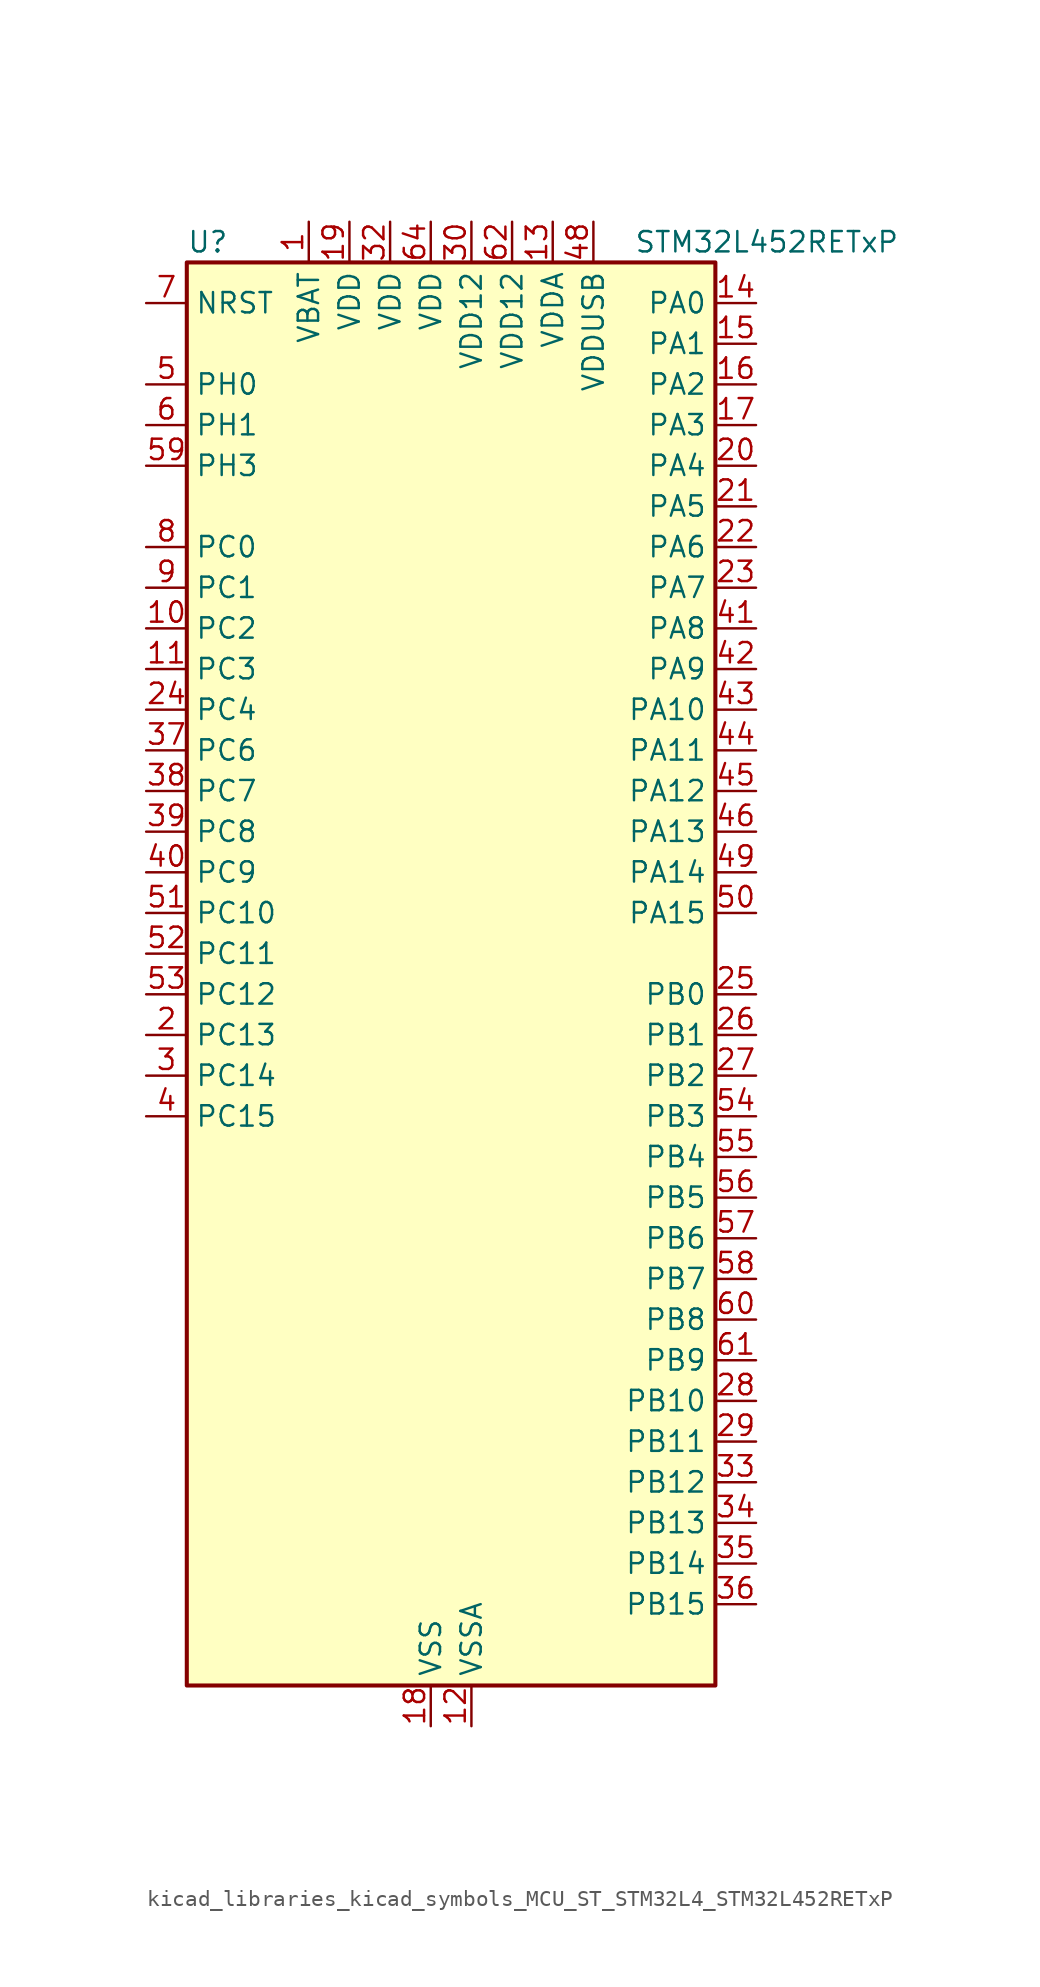
<source format=kicad_sym>
(kicad_symbol_lib
  (version 20220914)
  (generator kicad_symbol_editor)
  (symbol "kicad_libraries_kicad_symbols_MCU_ST_STM32L4_STM32L452RETxP"
    (property "Reference" "U"
      (at -15.24 46.99 0)
      (effects (font (size 1.27 1.27)) (justify left)))
    (property "Value" "STM32L452RETxP"
      (at 12.7 46.99 0)
      (effects (font (size 1.27 1.27)) (justify left)))
    (property "ki_locked" ""
      (at 0 0 0)
      (effects (font (size 1.27 1.27))))
    (symbol "kicad_libraries_kicad_symbols_MCU_ST_STM32L4_STM32L452RETxP_0_1"
      (rectangle (start -15.24 -43.18) (end 17.78 45.72) (stroke (width 0.254) (type default)) (fill (type background))))
    (symbol "kicad_libraries_kicad_symbols_MCU_ST_STM32L4_STM32L452RETxP_1_1"
      (pin power_in line (at -7.62 48.26 270) (length 2.54) (name "VBAT" (effects (font (size 1.27 1.27)))) (number "1" (effects (font (size 1.27 1.27)))))
      (pin bidirectional line (at -17.78 22.86 0) (length 2.54) (name "PC2" (effects (font (size 1.27 1.27)))) (number "10" (effects (font (size 1.27 1.27)))) (alternate "ADC1_IN3" bidirectional line) (alternate "DFSDM1_CKOUT" bidirectional line) (alternate "LPTIM1_IN2" bidirectional line) (alternate "SPI2_MISO" bidirectional line))
      (pin bidirectional line (at -17.78 20.32 0) (length 2.54) (name "PC3" (effects (font (size 1.27 1.27)))) (number "11" (effects (font (size 1.27 1.27)))) (alternate "ADC1_IN4" bidirectional line) (alternate "LPTIM1_ETR" bidirectional line) (alternate "LPTIM2_ETR" bidirectional line) (alternate "SAI1_SD_A" bidirectional line) (alternate "SPI2_MOSI" bidirectional line))
      (pin power_in line (at 2.54 -45.72 90) (length 2.54) (name "VSSA" (effects (font (size 1.27 1.27)))) (number "12" (effects (font (size 1.27 1.27)))))
      (pin power_in line (at 7.62 48.26 270) (length 2.54) (name "VDDA" (effects (font (size 1.27 1.27)))) (number "13" (effects (font (size 1.27 1.27)))))
      (pin bidirectional line (at 20.32 43.18 180) (length 2.54) (name "PA0" (effects (font (size 1.27 1.27)))) (number "14" (effects (font (size 1.27 1.27)))) (alternate "ADC1_IN5" bidirectional line) (alternate "COMP1_INM" bidirectional line) (alternate "COMP1_OUT" bidirectional line) (alternate "OPAMP1_VINP" bidirectional line) (alternate "RTC_TAMP2" bidirectional line) (alternate "SAI1_EXTCLK" bidirectional line) (alternate "SYS_WKUP1" bidirectional line) (alternate "TIM2_CH1" bidirectional line) (alternate "TIM2_ETR" bidirectional line) (alternate "UART4_TX" bidirectional line) (alternate "USART2_CTS" bidirectional line))
      (pin bidirectional line (at 20.32 40.64 180) (length 2.54) (name "PA1" (effects (font (size 1.27 1.27)))) (number "15" (effects (font (size 1.27 1.27)))) (alternate "ADC1_IN6" bidirectional line) (alternate "COMP1_INP" bidirectional line) (alternate "I2C1_SMBA" bidirectional line) (alternate "OPAMP1_VINM" bidirectional line) (alternate "SPI1_SCK" bidirectional line) (alternate "TIM15_CH1N" bidirectional line) (alternate "TIM2_CH2" bidirectional line) (alternate "UART4_RX" bidirectional line) (alternate "USART2_DE" bidirectional line) (alternate "USART2_RTS" bidirectional line))
      (pin bidirectional line (at 20.32 38.1 180) (length 2.54) (name "PA2" (effects (font (size 1.27 1.27)))) (number "16" (effects (font (size 1.27 1.27)))) (alternate "ADC1_IN7" bidirectional line) (alternate "COMP2_INM" bidirectional line) (alternate "COMP2_OUT" bidirectional line) (alternate "LPUART1_TX" bidirectional line) (alternate "QUADSPI_BK1_NCS" bidirectional line) (alternate "RCC_LSCO" bidirectional line) (alternate "SYS_WKUP4" bidirectional line) (alternate "TIM15_CH1" bidirectional line) (alternate "TIM2_CH3" bidirectional line) (alternate "USART2_TX" bidirectional line))
      (pin bidirectional line (at 20.32 35.56 180) (length 2.54) (name "PA3" (effects (font (size 1.27 1.27)))) (number "17" (effects (font (size 1.27 1.27)))) (alternate "ADC1_IN8" bidirectional line) (alternate "COMP2_INP" bidirectional line) (alternate "LPUART1_RX" bidirectional line) (alternate "OPAMP1_VOUT" bidirectional line) (alternate "QUADSPI_CLK" bidirectional line) (alternate "SAI1_MCLK_A" bidirectional line) (alternate "TIM15_CH2" bidirectional line) (alternate "TIM2_CH4" bidirectional line) (alternate "USART2_RX" bidirectional line))
      (pin power_in line (at 0 -45.72 90) (length 2.54) (name "VSS" (effects (font (size 1.27 1.27)))) (number "18" (effects (font (size 1.27 1.27)))))
      (pin power_in line (at -5.08 48.26 270) (length 2.54) (name "VDD" (effects (font (size 1.27 1.27)))) (number "19" (effects (font (size 1.27 1.27)))))
      (pin bidirectional line (at -17.78 -2.54 0) (length 2.54) (name "PC13" (effects (font (size 1.27 1.27)))) (number "2" (effects (font (size 1.27 1.27)))) (alternate "RTC_OUT_ALARM" bidirectional line) (alternate "RTC_OUT_CALIB" bidirectional line) (alternate "RTC_TAMP1" bidirectional line) (alternate "RTC_TS" bidirectional line) (alternate "SYS_WKUP2" bidirectional line))
      (pin bidirectional line (at 20.32 33.02 180) (length 2.54) (name "PA4" (effects (font (size 1.27 1.27)))) (number "20" (effects (font (size 1.27 1.27)))) (alternate "ADC1_IN9" bidirectional line) (alternate "COMP1_INM" bidirectional line) (alternate "COMP2_INM" bidirectional line) (alternate "DAC1_OUT1" bidirectional line) (alternate "LPTIM2_OUT" bidirectional line) (alternate "SAI1_FS_B" bidirectional line) (alternate "SPI1_NSS" bidirectional line) (alternate "SPI3_NSS" bidirectional line) (alternate "USART2_CK" bidirectional line))
      (pin bidirectional line (at 20.32 30.48 180) (length 2.54) (name "PA5" (effects (font (size 1.27 1.27)))) (number "21" (effects (font (size 1.27 1.27)))) (alternate "ADC1_IN10" bidirectional line) (alternate "COMP1_INM" bidirectional line) (alternate "COMP2_INM" bidirectional line) (alternate "DFSDM1_CKOUT" bidirectional line) (alternate "LPTIM2_ETR" bidirectional line) (alternate "SPI1_SCK" bidirectional line) (alternate "TIM2_CH1" bidirectional line) (alternate "TIM2_ETR" bidirectional line))
      (pin bidirectional line (at 20.32 27.94 180) (length 2.54) (name "PA6" (effects (font (size 1.27 1.27)))) (number "22" (effects (font (size 1.27 1.27)))) (alternate "ADC1_IN11" bidirectional line) (alternate "COMP1_OUT" bidirectional line) (alternate "LPUART1_CTS" bidirectional line) (alternate "QUADSPI_BK1_IO3" bidirectional line) (alternate "SPI1_MISO" bidirectional line) (alternate "TIM16_CH1" bidirectional line) (alternate "TIM1_BKIN" bidirectional line) (alternate "TIM1_BKIN_COMP2" bidirectional line) (alternate "TIM3_CH1" bidirectional line) (alternate "USART3_CTS" bidirectional line))
      (pin bidirectional line (at 20.32 25.4 180) (length 2.54) (name "PA7" (effects (font (size 1.27 1.27)))) (number "23" (effects (font (size 1.27 1.27)))) (alternate "ADC1_IN12" bidirectional line) (alternate "COMP2_OUT" bidirectional line) (alternate "DFSDM1_DATIN0" bidirectional line) (alternate "I2C3_SCL" bidirectional line) (alternate "QUADSPI_BK1_IO2" bidirectional line) (alternate "SPI1_MOSI" bidirectional line) (alternate "TIM1_CH1N" bidirectional line) (alternate "TIM3_CH2" bidirectional line))
      (pin bidirectional line (at -17.78 17.78 0) (length 2.54) (name "PC4" (effects (font (size 1.27 1.27)))) (number "24" (effects (font (size 1.27 1.27)))) (alternate "ADC1_IN13" bidirectional line) (alternate "COMP1_INM" bidirectional line) (alternate "USART3_TX" bidirectional line))
      (pin bidirectional line (at 20.32 0 180) (length 2.54) (name "PB0" (effects (font (size 1.27 1.27)))) (number "25" (effects (font (size 1.27 1.27)))) (alternate "ADC1_IN15" bidirectional line) (alternate "COMP1_OUT" bidirectional line) (alternate "DFSDM1_CKIN0" bidirectional line) (alternate "QUADSPI_BK1_IO1" bidirectional line) (alternate "SAI1_EXTCLK" bidirectional line) (alternate "SPI1_NSS" bidirectional line) (alternate "TIM1_CH2N" bidirectional line) (alternate "TIM3_CH3" bidirectional line) (alternate "USART3_CK" bidirectional line))
      (pin bidirectional line (at 20.32 -2.54 180) (length 2.54) (name "PB1" (effects (font (size 1.27 1.27)))) (number "26" (effects (font (size 1.27 1.27)))) (alternate "ADC1_IN16" bidirectional line) (alternate "COMP1_INM" bidirectional line) (alternate "DFSDM1_DATIN0" bidirectional line) (alternate "LPTIM2_IN1" bidirectional line) (alternate "LPUART1_DE" bidirectional line) (alternate "LPUART1_RTS" bidirectional line) (alternate "QUADSPI_BK1_IO0" bidirectional line) (alternate "TIM1_CH3N" bidirectional line) (alternate "TIM3_CH4" bidirectional line) (alternate "USART3_DE" bidirectional line) (alternate "USART3_RTS" bidirectional line))
      (pin bidirectional line (at 20.32 -5.08 180) (length 2.54) (name "PB2" (effects (font (size 1.27 1.27)))) (number "27" (effects (font (size 1.27 1.27)))) (alternate "COMP1_INP" bidirectional line) (alternate "DFSDM1_CKIN0" bidirectional line) (alternate "I2C3_SMBA" bidirectional line) (alternate "LPTIM1_OUT" bidirectional line) (alternate "RTC_OUT_ALARM" bidirectional line) (alternate "RTC_OUT_CALIB" bidirectional line))
      (pin bidirectional line (at 20.32 -25.4 180) (length 2.54) (name "PB10" (effects (font (size 1.27 1.27)))) (number "28" (effects (font (size 1.27 1.27)))) (alternate "COMP1_OUT" bidirectional line) (alternate "I2C2_SCL" bidirectional line) (alternate "I2C4_SCL" bidirectional line) (alternate "LPUART1_RX" bidirectional line) (alternate "QUADSPI_CLK" bidirectional line) (alternate "SAI1_SCK_A" bidirectional line) (alternate "SPI2_SCK" bidirectional line) (alternate "TIM2_CH3" bidirectional line) (alternate "TSC_SYNC" bidirectional line) (alternate "USART3_TX" bidirectional line))
      (pin bidirectional line (at 20.32 -27.94 180) (length 2.54) (name "PB11" (effects (font (size 1.27 1.27)))) (number "29" (effects (font (size 1.27 1.27)))) (alternate "ADC1_EXTI11" bidirectional line) (alternate "COMP2_OUT" bidirectional line) (alternate "I2C2_SDA" bidirectional line) (alternate "I2C4_SDA" bidirectional line) (alternate "LPUART1_TX" bidirectional line) (alternate "QUADSPI_BK1_NCS" bidirectional line) (alternate "TIM2_CH4" bidirectional line) (alternate "USART3_RX" bidirectional line))
      (pin bidirectional line (at -17.78 -5.08 0) (length 2.54) (name "PC14" (effects (font (size 1.27 1.27)))) (number "3" (effects (font (size 1.27 1.27)))) (alternate "RCC_OSC32_IN" bidirectional line))
      (pin power_in line (at 2.54 48.26 270) (length 2.54) (name "VDD12" (effects (font (size 1.27 1.27)))) (number "30" (effects (font (size 1.27 1.27)))))
      (pin passive line (at 0 -45.72 90) (length 2.54) hide (name "VSS" (effects (font (size 1.27 1.27)))) (number "31" (effects (font (size 1.27 1.27)))))
      (pin power_in line (at -2.54 48.26 270) (length 2.54) (name "VDD" (effects (font (size 1.27 1.27)))) (number "32" (effects (font (size 1.27 1.27)))))
      (pin bidirectional line (at 20.32 -30.48 180) (length 2.54) (name "PB12" (effects (font (size 1.27 1.27)))) (number "33" (effects (font (size 1.27 1.27)))) (alternate "CAN1_RX" bidirectional line) (alternate "DFSDM1_DATIN1" bidirectional line) (alternate "I2C2_SMBA" bidirectional line) (alternate "LPUART1_DE" bidirectional line) (alternate "LPUART1_RTS" bidirectional line) (alternate "SAI1_FS_A" bidirectional line) (alternate "SPI2_NSS" bidirectional line) (alternate "TIM15_BKIN" bidirectional line) (alternate "TIM1_BKIN" bidirectional line) (alternate "TIM1_BKIN_COMP2" bidirectional line) (alternate "TSC_G1_IO1" bidirectional line) (alternate "USART3_CK" bidirectional line))
      (pin bidirectional line (at 20.32 -33.02 180) (length 2.54) (name "PB13" (effects (font (size 1.27 1.27)))) (number "34" (effects (font (size 1.27 1.27)))) (alternate "CAN1_TX" bidirectional line) (alternate "DFSDM1_CKIN1" bidirectional line) (alternate "I2C2_SCL" bidirectional line) (alternate "LPUART1_CTS" bidirectional line) (alternate "SAI1_SCK_A" bidirectional line) (alternate "SPI2_SCK" bidirectional line) (alternate "TIM15_CH1N" bidirectional line) (alternate "TIM1_CH1N" bidirectional line) (alternate "TSC_G1_IO2" bidirectional line) (alternate "USART3_CTS" bidirectional line))
      (pin bidirectional line (at 20.32 -35.56 180) (length 2.54) (name "PB14" (effects (font (size 1.27 1.27)))) (number "35" (effects (font (size 1.27 1.27)))) (alternate "DFSDM1_DATIN2" bidirectional line) (alternate "I2C2_SDA" bidirectional line) (alternate "SAI1_MCLK_A" bidirectional line) (alternate "SPI2_MISO" bidirectional line) (alternate "TIM15_CH1" bidirectional line) (alternate "TIM1_CH2N" bidirectional line) (alternate "TSC_G1_IO3" bidirectional line) (alternate "USART3_DE" bidirectional line) (alternate "USART3_RTS" bidirectional line))
      (pin bidirectional line (at 20.32 -38.1 180) (length 2.54) (name "PB15" (effects (font (size 1.27 1.27)))) (number "36" (effects (font (size 1.27 1.27)))) (alternate "ADC1_EXTI15" bidirectional line) (alternate "DFSDM1_CKIN2" bidirectional line) (alternate "RTC_REFIN" bidirectional line) (alternate "SAI1_SD_A" bidirectional line) (alternate "SPI2_MOSI" bidirectional line) (alternate "TIM15_CH2" bidirectional line) (alternate "TIM1_CH3N" bidirectional line) (alternate "TSC_G1_IO4" bidirectional line))
      (pin bidirectional line (at -17.78 15.24 0) (length 2.54) (name "PC6" (effects (font (size 1.27 1.27)))) (number "37" (effects (font (size 1.27 1.27)))) (alternate "DFSDM1_CKIN3" bidirectional line) (alternate "TIM3_CH1" bidirectional line) (alternate "TSC_G4_IO1" bidirectional line))
      (pin bidirectional line (at -17.78 12.7 0) (length 2.54) (name "PC7" (effects (font (size 1.27 1.27)))) (number "38" (effects (font (size 1.27 1.27)))) (alternate "DFSDM1_DATIN3" bidirectional line) (alternate "TIM3_CH2" bidirectional line) (alternate "TSC_G4_IO2" bidirectional line))
      (pin bidirectional line (at -17.78 10.16 0) (length 2.54) (name "PC8" (effects (font (size 1.27 1.27)))) (number "39" (effects (font (size 1.27 1.27)))) (alternate "TIM3_CH3" bidirectional line) (alternate "TSC_G4_IO3" bidirectional line))
      (pin bidirectional line (at -17.78 -7.62 0) (length 2.54) (name "PC15" (effects (font (size 1.27 1.27)))) (number "4" (effects (font (size 1.27 1.27)))) (alternate "ADC1_EXTI15" bidirectional line) (alternate "RCC_OSC32_OUT" bidirectional line))
      (pin bidirectional line (at -17.78 7.62 0) (length 2.54) (name "PC9" (effects (font (size 1.27 1.27)))) (number "40" (effects (font (size 1.27 1.27)))) (alternate "DAC1_EXTI9" bidirectional line) (alternate "TIM3_CH4" bidirectional line) (alternate "TSC_G4_IO4" bidirectional line) (alternate "USB_NOE" bidirectional line))
      (pin bidirectional line (at 20.32 22.86 180) (length 2.54) (name "PA8" (effects (font (size 1.27 1.27)))) (number "41" (effects (font (size 1.27 1.27)))) (alternate "DFSDM1_CKIN1" bidirectional line) (alternate "LPTIM2_OUT" bidirectional line) (alternate "RCC_MCO" bidirectional line) (alternate "SAI1_SCK_A" bidirectional line) (alternate "TIM1_CH1" bidirectional line) (alternate "USART1_CK" bidirectional line))
      (pin bidirectional line (at 20.32 20.32 180) (length 2.54) (name "PA9" (effects (font (size 1.27 1.27)))) (number "42" (effects (font (size 1.27 1.27)))) (alternate "DAC1_EXTI9" bidirectional line) (alternate "DFSDM1_DATIN1" bidirectional line) (alternate "I2C1_SCL" bidirectional line) (alternate "SAI1_FS_A" bidirectional line) (alternate "TIM15_BKIN" bidirectional line) (alternate "TIM1_CH2" bidirectional line) (alternate "USART1_TX" bidirectional line))
      (pin bidirectional line (at 20.32 17.78 180) (length 2.54) (name "PA10" (effects (font (size 1.27 1.27)))) (number "43" (effects (font (size 1.27 1.27)))) (alternate "CRS_SYNC" bidirectional line) (alternate "I2C1_SDA" bidirectional line) (alternate "SAI1_SD_A" bidirectional line) (alternate "TIM1_CH3" bidirectional line) (alternate "USART1_RX" bidirectional line))
      (pin bidirectional line (at 20.32 15.24 180) (length 2.54) (name "PA11" (effects (font (size 1.27 1.27)))) (number "44" (effects (font (size 1.27 1.27)))) (alternate "ADC1_EXTI11" bidirectional line) (alternate "CAN1_RX" bidirectional line) (alternate "COMP1_OUT" bidirectional line) (alternate "SPI1_MISO" bidirectional line) (alternate "TIM1_BKIN2" bidirectional line) (alternate "TIM1_BKIN2_COMP1" bidirectional line) (alternate "TIM1_CH4" bidirectional line) (alternate "USART1_CTS" bidirectional line) (alternate "USB_DM" bidirectional line))
      (pin bidirectional line (at 20.32 12.7 180) (length 2.54) (name "PA12" (effects (font (size 1.27 1.27)))) (number "45" (effects (font (size 1.27 1.27)))) (alternate "CAN1_TX" bidirectional line) (alternate "SPI1_MOSI" bidirectional line) (alternate "TIM1_ETR" bidirectional line) (alternate "USART1_DE" bidirectional line) (alternate "USART1_RTS" bidirectional line) (alternate "USB_DP" bidirectional line))
      (pin bidirectional line (at 20.32 10.16 180) (length 2.54) (name "PA13" (effects (font (size 1.27 1.27)))) (number "46" (effects (font (size 1.27 1.27)))) (alternate "IR_OUT" bidirectional line) (alternate "SAI1_SD_B" bidirectional line) (alternate "SYS_JTMS-SWDIO" bidirectional line) (alternate "USB_NOE" bidirectional line))
      (pin passive line (at 0 -45.72 90) (length 2.54) hide (name "VSS" (effects (font (size 1.27 1.27)))) (number "47" (effects (font (size 1.27 1.27)))))
      (pin power_in line (at 10.16 48.26 270) (length 2.54) (name "VDDUSB" (effects (font (size 1.27 1.27)))) (number "48" (effects (font (size 1.27 1.27)))))
      (pin bidirectional line (at 20.32 7.62 180) (length 2.54) (name "PA14" (effects (font (size 1.27 1.27)))) (number "49" (effects (font (size 1.27 1.27)))) (alternate "I2C1_SMBA" bidirectional line) (alternate "I2C4_SMBA" bidirectional line) (alternate "LPTIM1_OUT" bidirectional line) (alternate "SAI1_FS_B" bidirectional line) (alternate "SYS_JTCK-SWCLK" bidirectional line))
      (pin bidirectional line (at -17.78 38.1 0) (length 2.54) (name "PH0" (effects (font (size 1.27 1.27)))) (number "5" (effects (font (size 1.27 1.27)))) (alternate "RCC_OSC_IN" bidirectional line))
      (pin bidirectional line (at 20.32 5.08 180) (length 2.54) (name "PA15" (effects (font (size 1.27 1.27)))) (number "50" (effects (font (size 1.27 1.27)))) (alternate "ADC1_EXTI15" bidirectional line) (alternate "SPI1_NSS" bidirectional line) (alternate "SPI3_NSS" bidirectional line) (alternate "SYS_JTDI" bidirectional line) (alternate "TIM2_CH1" bidirectional line) (alternate "TIM2_ETR" bidirectional line) (alternate "TSC_G3_IO1" bidirectional line) (alternate "UART4_DE" bidirectional line) (alternate "UART4_RTS" bidirectional line) (alternate "USART2_RX" bidirectional line) (alternate "USART3_DE" bidirectional line) (alternate "USART3_RTS" bidirectional line))
      (pin bidirectional line (at -17.78 5.08 0) (length 2.54) (name "PC10" (effects (font (size 1.27 1.27)))) (number "51" (effects (font (size 1.27 1.27)))) (alternate "SPI3_SCK" bidirectional line) (alternate "SYS_TRACED1" bidirectional line) (alternate "TSC_G3_IO2" bidirectional line) (alternate "UART4_TX" bidirectional line) (alternate "USART3_TX" bidirectional line))
      (pin bidirectional line (at -17.78 2.54 0) (length 2.54) (name "PC11" (effects (font (size 1.27 1.27)))) (number "52" (effects (font (size 1.27 1.27)))) (alternate "ADC1_EXTI11" bidirectional line) (alternate "SPI3_MISO" bidirectional line) (alternate "TSC_G3_IO3" bidirectional line) (alternate "UART4_RX" bidirectional line) (alternate "USART3_RX" bidirectional line))
      (pin bidirectional line (at -17.78 0 0) (length 2.54) (name "PC12" (effects (font (size 1.27 1.27)))) (number "53" (effects (font (size 1.27 1.27)))) (alternate "SPI3_MOSI" bidirectional line) (alternate "SYS_TRACED3" bidirectional line) (alternate "TSC_G3_IO4" bidirectional line) (alternate "USART3_CK" bidirectional line))
      (pin bidirectional line (at 20.32 -7.62 180) (length 2.54) (name "PB3" (effects (font (size 1.27 1.27)))) (number "54" (effects (font (size 1.27 1.27)))) (alternate "COMP2_INM" bidirectional line) (alternate "SAI1_SCK_B" bidirectional line) (alternate "SPI1_SCK" bidirectional line) (alternate "SPI3_SCK" bidirectional line) (alternate "SYS_JTDO-SWO" bidirectional line) (alternate "TIM2_CH2" bidirectional line) (alternate "USART1_DE" bidirectional line) (alternate "USART1_RTS" bidirectional line))
      (pin bidirectional line (at 20.32 -10.16 180) (length 2.54) (name "PB4" (effects (font (size 1.27 1.27)))) (number "55" (effects (font (size 1.27 1.27)))) (alternate "COMP2_INP" bidirectional line) (alternate "I2C3_SDA" bidirectional line) (alternate "SAI1_MCLK_B" bidirectional line) (alternate "SPI1_MISO" bidirectional line) (alternate "SPI3_MISO" bidirectional line) (alternate "SYS_JTRST" bidirectional line) (alternate "TIM3_CH1" bidirectional line) (alternate "TSC_G2_IO1" bidirectional line) (alternate "USART1_CTS" bidirectional line))
      (pin bidirectional line (at 20.32 -12.7 180) (length 2.54) (name "PB5" (effects (font (size 1.27 1.27)))) (number "56" (effects (font (size 1.27 1.27)))) (alternate "CAN1_RX" bidirectional line) (alternate "COMP2_OUT" bidirectional line) (alternate "I2C1_SMBA" bidirectional line) (alternate "LPTIM1_IN1" bidirectional line) (alternate "SAI1_SD_B" bidirectional line) (alternate "SPI1_MOSI" bidirectional line) (alternate "SPI3_MOSI" bidirectional line) (alternate "TIM16_BKIN" bidirectional line) (alternate "TIM3_CH2" bidirectional line) (alternate "TSC_G2_IO2" bidirectional line) (alternate "USART1_CK" bidirectional line))
      (pin bidirectional line (at 20.32 -15.24 180) (length 2.54) (name "PB6" (effects (font (size 1.27 1.27)))) (number "57" (effects (font (size 1.27 1.27)))) (alternate "CAN1_TX" bidirectional line) (alternate "COMP2_INP" bidirectional line) (alternate "I2C1_SCL" bidirectional line) (alternate "I2C4_SCL" bidirectional line) (alternate "LPTIM1_ETR" bidirectional line) (alternate "SAI1_FS_B" bidirectional line) (alternate "TIM16_CH1N" bidirectional line) (alternate "TSC_G2_IO3" bidirectional line) (alternate "USART1_TX" bidirectional line))
      (pin bidirectional line (at 20.32 -17.78 180) (length 2.54) (name "PB7" (effects (font (size 1.27 1.27)))) (number "58" (effects (font (size 1.27 1.27)))) (alternate "COMP2_INM" bidirectional line) (alternate "I2C1_SDA" bidirectional line) (alternate "I2C4_SDA" bidirectional line) (alternate "LPTIM1_IN2" bidirectional line) (alternate "SYS_PVD_IN" bidirectional line) (alternate "TSC_G2_IO4" bidirectional line) (alternate "UART4_CTS" bidirectional line) (alternate "USART1_RX" bidirectional line))
      (pin bidirectional line (at -17.78 33.02 0) (length 2.54) (name "PH3" (effects (font (size 1.27 1.27)))) (number "59" (effects (font (size 1.27 1.27)))))
      (pin bidirectional line (at -17.78 35.56 0) (length 2.54) (name "PH1" (effects (font (size 1.27 1.27)))) (number "6" (effects (font (size 1.27 1.27)))) (alternate "RCC_OSC_OUT" bidirectional line))
      (pin bidirectional line (at 20.32 -20.32 180) (length 2.54) (name "PB8" (effects (font (size 1.27 1.27)))) (number "60" (effects (font (size 1.27 1.27)))) (alternate "CAN1_RX" bidirectional line) (alternate "I2C1_SCL" bidirectional line) (alternate "SAI1_MCLK_A" bidirectional line) (alternate "TIM16_CH1" bidirectional line))
      (pin bidirectional line (at 20.32 -22.86 180) (length 2.54) (name "PB9" (effects (font (size 1.27 1.27)))) (number "61" (effects (font (size 1.27 1.27)))) (alternate "CAN1_TX" bidirectional line) (alternate "DAC1_EXTI9" bidirectional line) (alternate "I2C1_SDA" bidirectional line) (alternate "IR_OUT" bidirectional line) (alternate "SAI1_FS_A" bidirectional line) (alternate "SPI2_NSS" bidirectional line))
      (pin power_in line (at 5.08 48.26 270) (length 2.54) (name "VDD12" (effects (font (size 1.27 1.27)))) (number "62" (effects (font (size 1.27 1.27)))))
      (pin passive line (at 0 -45.72 90) (length 2.54) hide (name "VSS" (effects (font (size 1.27 1.27)))) (number "63" (effects (font (size 1.27 1.27)))))
      (pin power_in line (at 0 48.26 270) (length 2.54) (name "VDD" (effects (font (size 1.27 1.27)))) (number "64" (effects (font (size 1.27 1.27)))))
      (pin input line (at -17.78 43.18 0) (length 2.54) (name "NRST" (effects (font (size 1.27 1.27)))) (number "7" (effects (font (size 1.27 1.27)))))
      (pin bidirectional line (at -17.78 27.94 0) (length 2.54) (name "PC0" (effects (font (size 1.27 1.27)))) (number "8" (effects (font (size 1.27 1.27)))) (alternate "ADC1_IN1" bidirectional line) (alternate "I2C3_SCL" bidirectional line) (alternate "I2C4_SCL" bidirectional line) (alternate "LPTIM1_IN1" bidirectional line) (alternate "LPTIM2_IN1" bidirectional line) (alternate "LPUART1_RX" bidirectional line))
      (pin bidirectional line (at -17.78 25.4 0) (length 2.54) (name "PC1" (effects (font (size 1.27 1.27)))) (number "9" (effects (font (size 1.27 1.27)))) (alternate "ADC1_IN2" bidirectional line) (alternate "I2C3_SDA" bidirectional line) (alternate "I2C4_SDA" bidirectional line) (alternate "LPTIM1_OUT" bidirectional line) (alternate "LPUART1_TX" bidirectional line) (alternate "SYS_TRACED0" bidirectional line)))))
</source>
